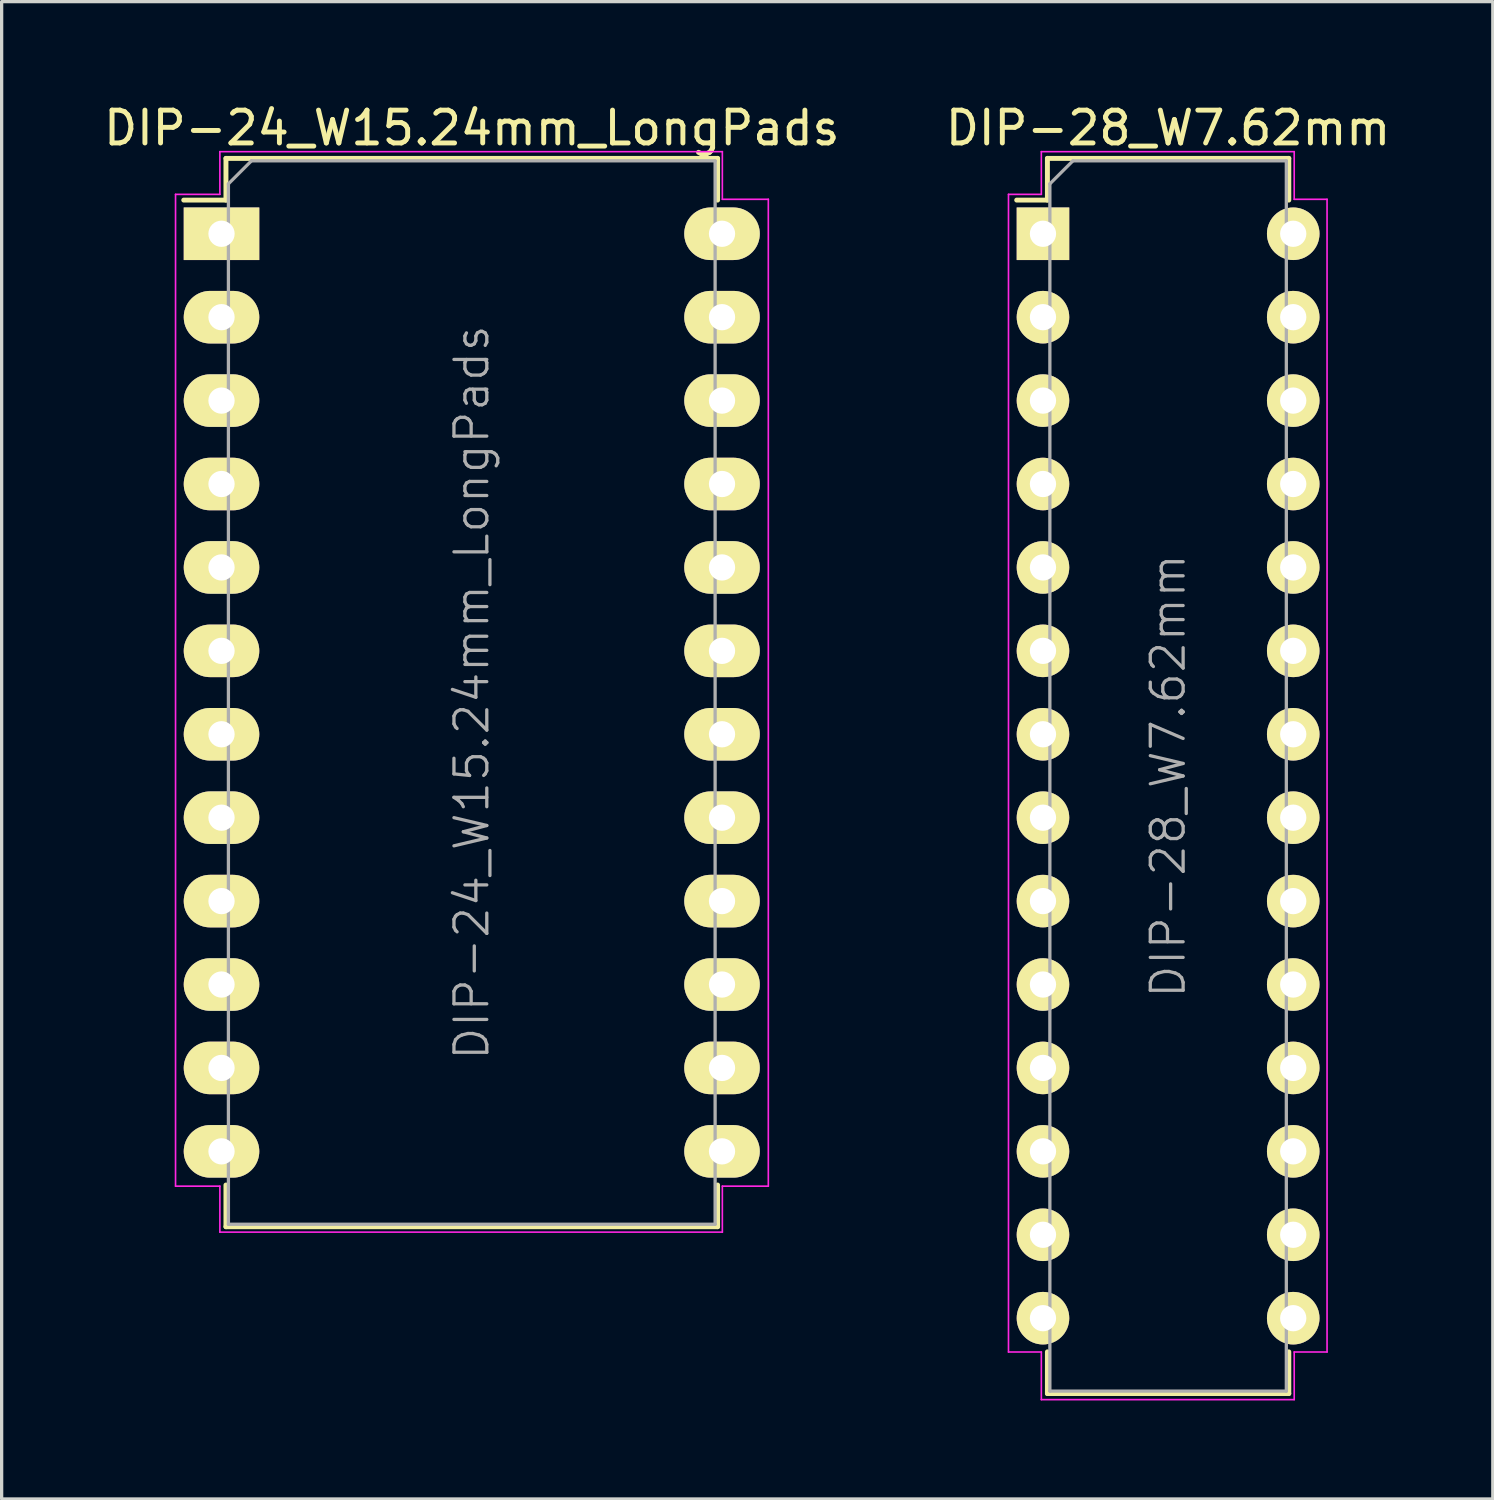
<source format=kicad_pcb>
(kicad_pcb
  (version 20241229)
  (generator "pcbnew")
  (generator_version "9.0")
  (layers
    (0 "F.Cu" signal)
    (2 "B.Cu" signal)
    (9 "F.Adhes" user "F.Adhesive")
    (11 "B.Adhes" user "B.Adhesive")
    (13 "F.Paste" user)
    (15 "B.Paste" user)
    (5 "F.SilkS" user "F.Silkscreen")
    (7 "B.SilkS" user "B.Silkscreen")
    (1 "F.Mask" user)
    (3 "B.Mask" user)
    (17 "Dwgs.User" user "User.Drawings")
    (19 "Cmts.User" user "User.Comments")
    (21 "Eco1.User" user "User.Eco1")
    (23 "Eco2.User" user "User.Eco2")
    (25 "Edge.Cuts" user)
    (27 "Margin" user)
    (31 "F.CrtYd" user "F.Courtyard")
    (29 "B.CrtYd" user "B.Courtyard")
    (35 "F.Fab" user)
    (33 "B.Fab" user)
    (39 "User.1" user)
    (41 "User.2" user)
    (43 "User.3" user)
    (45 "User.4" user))
  (footprint "DIP-24_W15.24mm_LongPads"
    (layer "F.Cu")
    (at 3.695 4.068)
    (property "Reference" "DIP-24_W15.24mm_LongPads" (at 7.62 -3.22 0) (layer "F.SilkS") (effects (font (size 1 1) (thickness 0.15))))
    (attr smd)
    (fp_line (start 0.135 -2.295) (end 0.135 -1.025) (stroke (width 0.15) (type solid)) (layer "F.SilkS"))
    (fp_line (start 0.135 -2.295) (end 15.105 -2.295) (stroke (width 0.15) (type solid)) (layer "F.SilkS"))
    (fp_line (start 0.135 -1.025) (end -1.15 -1.025) (stroke (width 0.15) (type solid)) (layer "F.SilkS"))
    (fp_line (start 0.135 30.235) (end 0.135 28.965) (stroke (width 0.15) (type solid)) (layer "F.SilkS"))
    (fp_line (start 0.135 30.235) (end 15.105 30.235) (stroke (width 0.15) (type solid)) (layer "F.SilkS"))
    (fp_line (start 15.105 -2.295) (end 15.105 -1.025) (stroke (width 0.15) (type solid)) (layer "F.SilkS"))
    (fp_line (start 15.105 30.235) (end 15.105 28.965) (stroke (width 0.15) (type solid)) (layer "F.SilkS"))
    (fp_line (start -1.4 -1.2) (end -1.4 29) (stroke (width 0.05) (type solid)) (layer "F.CrtYd"))
    (fp_line (start -1.4 -1.2) (end -0.05 -1.2) (stroke (width 0.05) (type solid)) (layer "F.CrtYd"))
    (fp_line (start -1.4 29) (end -0.05 29) (stroke (width 0.05) (type solid)) (layer "F.CrtYd"))
    (fp_line (start -0.05 -2.5) (end -0.05 -1.2) (stroke (width 0.05) (type solid)) (layer "F.CrtYd"))
    (fp_line (start -0.05 30.4) (end -0.05 29) (stroke (width 0.05) (type solid)) (layer "F.CrtYd"))
    (fp_line (start 15.25 -2.5) (end -0.05 -2.5) (stroke (width 0.05) (type solid)) (layer "F.CrtYd"))
    (fp_line (start 15.25 -2.5) (end 15.25 -1.05) (stroke (width 0.05) (type solid)) (layer "F.CrtYd"))
    (fp_line (start 15.25 30.4) (end -0.05 30.4) (stroke (width 0.05) (type solid)) (layer "F.CrtYd"))
    (fp_line (start 15.25 30.4) (end 15.25 29) (stroke (width 0.05) (type solid)) (layer "F.CrtYd"))
    (fp_line (start 16.65 -1.05) (end 15.25 -1.05) (stroke (width 0.05) (type solid)) (layer "F.CrtYd"))
    (fp_line (start 16.65 -1.05) (end 16.65 29) (stroke (width 0.05) (type solid)) (layer "F.CrtYd"))
    (fp_line (start 16.65 29) (end 15.25 29) (stroke (width 0.05) (type solid)) (layer "F.CrtYd"))
    (fp_line (start 0.21 -1.52) (end 0.91 -2.22) (stroke (width 0.1) (type solid)) (layer "F.Fab"))
    (fp_line (start 0.21 30.16) (end 0.21 -1.52) (stroke (width 0.1) (type solid)) (layer "F.Fab"))
    (fp_line (start 15.03 -2.22) (end 0.91 -2.22) (stroke (width 0.1) (type solid)) (layer "F.Fab"))
    (fp_line (start 15.03 30.16) (end 0.21 30.16) (stroke (width 0.1) (type solid)) (layer "F.Fab"))
    (fp_line (start 15.03 30.16) (end 15.03 -2.22) (stroke (width 0.1) (type solid)) (layer "F.Fab"))
    (fp_text user "${REFERENCE}" (at 7.62 13.97 90) (layer "F.Fab") (effects (font (size 1 1) (thickness 0.1))))
    (pad "1" thru_hole rect (at 0 0) (size 2.3 1.6) (drill 0.8) (layers "*.Cu" "*.Mask" "F.SilkS"))
    (pad "2" thru_hole oval (at 0 2.54) (size 2.3 1.6) (drill 0.8) (layers "*.Cu" "*.Mask" "F.SilkS"))
    (pad "3" thru_hole oval (at 0 5.08) (size 2.3 1.6) (drill 0.8) (layers "*.Cu" "*.Mask" "F.SilkS"))
    (pad "4" thru_hole oval (at 0 7.62) (size 2.3 1.6) (drill 0.8) (layers "*.Cu" "*.Mask" "F.SilkS"))
    (pad "5" thru_hole oval (at 0 10.16) (size 2.3 1.6) (drill 0.8) (layers "*.Cu" "*.Mask" "F.SilkS"))
    (pad "6" thru_hole oval (at 0 12.7) (size 2.3 1.6) (drill 0.8) (layers "*.Cu" "*.Mask" "F.SilkS"))
    (pad "7" thru_hole oval (at 0 15.24) (size 2.3 1.6) (drill 0.8) (layers "*.Cu" "*.Mask" "F.SilkS"))
    (pad "8" thru_hole oval (at 0 17.78) (size 2.3 1.6) (drill 0.8) (layers "*.Cu" "*.Mask" "F.SilkS"))
    (pad "9" thru_hole oval (at 0 20.32) (size 2.3 1.6) (drill 0.8) (layers "*.Cu" "*.Mask" "F.SilkS"))
    (pad "10" thru_hole oval (at 0 22.86) (size 2.3 1.6) (drill 0.8) (layers "*.Cu" "*.Mask" "F.SilkS"))
    (pad "11" thru_hole oval (at 0 25.4) (size 2.3 1.6) (drill 0.8) (layers "*.Cu" "*.Mask" "F.SilkS"))
    (pad "12" thru_hole oval (at 0 27.94) (size 2.3 1.6) (drill 0.8) (layers "*.Cu" "*.Mask" "F.SilkS"))
    (pad "13" thru_hole oval (at 15.24 27.94) (size 2.3 1.6) (drill 0.8) (layers "*.Cu" "*.Mask" "F.SilkS"))
    (pad "14" thru_hole oval (at 15.24 25.4) (size 2.3 1.6) (drill 0.8) (layers "*.Cu" "*.Mask" "F.SilkS"))
    (pad "15" thru_hole oval (at 15.24 22.86) (size 2.3 1.6) (drill 0.8) (layers "*.Cu" "*.Mask" "F.SilkS"))
    (pad "16" thru_hole oval (at 15.24 20.32) (size 2.3 1.6) (drill 0.8) (layers "*.Cu" "*.Mask" "F.SilkS"))
    (pad "17" thru_hole oval (at 15.24 17.78) (size 2.3 1.6) (drill 0.8) (layers "*.Cu" "*.Mask" "F.SilkS"))
    (pad "18" thru_hole oval (at 15.24 15.24) (size 2.3 1.6) (drill 0.8) (layers "*.Cu" "*.Mask" "F.SilkS"))
    (pad "19" thru_hole oval (at 15.24 12.7) (size 2.3 1.6) (drill 0.8) (layers "*.Cu" "*.Mask" "F.SilkS"))
    (pad "20" thru_hole oval (at 15.24 10.16) (size 2.3 1.6) (drill 0.8) (layers "*.Cu" "*.Mask" "F.SilkS"))
    (pad "21" thru_hole oval (at 15.24 7.62) (size 2.3 1.6) (drill 0.8) (layers "*.Cu" "*.Mask" "F.SilkS"))
    (pad "22" thru_hole oval (at 15.24 5.08) (size 2.3 1.6) (drill 0.8) (layers "*.Cu" "*.Mask" "F.SilkS"))
    (pad "23" thru_hole oval (at 15.24 2.54) (size 2.3 1.6) (drill 0.8) (layers "*.Cu" "*.Mask" "F.SilkS"))
    (pad "24" thru_hole oval (at 15.24 0) (size 2.3 1.6) (drill 0.8) (layers "*.Cu" "*.Mask" "F.SilkS")))
  (footprint "DIP-28_W7.62mm"
    (layer "F.Cu")
    (at 28.708 4.068)
    (property "Reference" "DIP-28_W7.62mm" (at 3.81 -3.22 0) (layer "F.SilkS") (effects (font (size 1 1) (thickness 0.15))))
    (attr smd)
    (fp_line (start 0.135 -2.295) (end 0.135 -1.025) (stroke (width 0.15) (type solid)) (layer "F.SilkS"))
    (fp_line (start 0.135 -2.295) (end 7.485 -2.295) (stroke (width 0.15) (type solid)) (layer "F.SilkS"))
    (fp_line (start 0.135 -1.025) (end -0.8 -1.025) (stroke (width 0.15) (type solid)) (layer "F.SilkS"))
    (fp_line (start 0.135 35.315) (end 0.135 34.045) (stroke (width 0.15) (type solid)) (layer "F.SilkS"))
    (fp_line (start 0.135 35.315) (end 7.485 35.315) (stroke (width 0.15) (type solid)) (layer "F.SilkS"))
    (fp_line (start 7.485 -2.295) (end 7.485 -1.025) (stroke (width 0.15) (type solid)) (layer "F.SilkS"))
    (fp_line (start 7.485 35.315) (end 7.485 34.045) (stroke (width 0.15) (type solid)) (layer "F.SilkS"))
    (fp_line (start -1.05 -1.2) (end -1.05 34.05) (stroke (width 0.05) (type solid)) (layer "F.CrtYd"))
    (fp_line (start -1.05 -1.2) (end -0.05 -1.2) (stroke (width 0.05) (type solid)) (layer "F.CrtYd"))
    (fp_line (start -1.05 34.05) (end -0.05 34.05) (stroke (width 0.05) (type solid)) (layer "F.CrtYd"))
    (fp_line (start -0.05 -2.5) (end -0.05 -1.2) (stroke (width 0.05) (type solid)) (layer "F.CrtYd"))
    (fp_line (start -0.05 35.5) (end -0.05 34.05) (stroke (width 0.05) (type solid)) (layer "F.CrtYd"))
    (fp_line (start 7.65 -2.5) (end -0.05 -2.5) (stroke (width 0.05) (type solid)) (layer "F.CrtYd"))
    (fp_line (start 7.65 -2.5) (end 7.65 -1.05) (stroke (width 0.05) (type solid)) (layer "F.CrtYd"))
    (fp_line (start 7.65 35.5) (end -0.05 35.5) (stroke (width 0.05) (type solid)) (layer "F.CrtYd"))
    (fp_line (start 7.65 35.5) (end 7.65 34.05) (stroke (width 0.05) (type solid)) (layer "F.CrtYd"))
    (fp_line (start 8.65 -1.05) (end 7.65 -1.05) (stroke (width 0.05) (type solid)) (layer "F.CrtYd"))
    (fp_line (start 8.65 -1.05) (end 8.65 34.05) (stroke (width 0.05) (type solid)) (layer "F.CrtYd"))
    (fp_line (start 8.65 34.05) (end 7.65 34.05) (stroke (width 0.05) (type solid)) (layer "F.CrtYd"))
    (fp_line (start 0.21 -1.52) (end 0.91 -2.22) (stroke (width 0.1) (type solid)) (layer "F.Fab"))
    (fp_line (start 0.21 35.24) (end 0.21 -1.52) (stroke (width 0.1) (type solid)) (layer "F.Fab"))
    (fp_line (start 7.41 -2.22) (end 0.91 -2.22) (stroke (width 0.1) (type solid)) (layer "F.Fab"))
    (fp_line (start 7.41 35.24) (end 0.21 35.24) (stroke (width 0.1) (type solid)) (layer "F.Fab"))
    (fp_line (start 7.41 35.24) (end 7.41 -2.22) (stroke (width 0.1) (type solid)) (layer "F.Fab"))
    (fp_text user "${REFERENCE}" (at 3.81 16.51 90) (layer "F.Fab") (effects (font (size 1 1) (thickness 0.1))))
    (pad "1" thru_hole rect (at 0 0) (size 1.6 1.6) (drill 0.8) (layers "*.Cu" "*.Mask" "F.SilkS"))
    (pad "2" thru_hole oval (at 0 2.54) (size 1.6 1.6) (drill 0.8) (layers "*.Cu" "*.Mask" "F.SilkS"))
    (pad "3" thru_hole oval (at 0 5.08) (size 1.6 1.6) (drill 0.8) (layers "*.Cu" "*.Mask" "F.SilkS"))
    (pad "4" thru_hole oval (at 0 7.62) (size 1.6 1.6) (drill 0.8) (layers "*.Cu" "*.Mask" "F.SilkS"))
    (pad "5" thru_hole oval (at 0 10.16) (size 1.6 1.6) (drill 0.8) (layers "*.Cu" "*.Mask" "F.SilkS"))
    (pad "6" thru_hole oval (at 0 12.7) (size 1.6 1.6) (drill 0.8) (layers "*.Cu" "*.Mask" "F.SilkS"))
    (pad "7" thru_hole oval (at 0 15.24) (size 1.6 1.6) (drill 0.8) (layers "*.Cu" "*.Mask" "F.SilkS"))
    (pad "8" thru_hole oval (at 0 17.78) (size 1.6 1.6) (drill 0.8) (layers "*.Cu" "*.Mask" "F.SilkS"))
    (pad "9" thru_hole oval (at 0 20.32) (size 1.6 1.6) (drill 0.8) (layers "*.Cu" "*.Mask" "F.SilkS"))
    (pad "10" thru_hole oval (at 0 22.86) (size 1.6 1.6) (drill 0.8) (layers "*.Cu" "*.Mask" "F.SilkS"))
    (pad "11" thru_hole oval (at 0 25.4) (size 1.6 1.6) (drill 0.8) (layers "*.Cu" "*.Mask" "F.SilkS"))
    (pad "12" thru_hole oval (at 0 27.94) (size 1.6 1.6) (drill 0.8) (layers "*.Cu" "*.Mask" "F.SilkS"))
    (pad "13" thru_hole oval (at 0 30.48) (size 1.6 1.6) (drill 0.8) (layers "*.Cu" "*.Mask" "F.SilkS"))
    (pad "14" thru_hole oval (at 0 33.02) (size 1.6 1.6) (drill 0.8) (layers "*.Cu" "*.Mask" "F.SilkS"))
    (pad "15" thru_hole oval (at 7.62 33.02) (size 1.6 1.6) (drill 0.8) (layers "*.Cu" "*.Mask" "F.SilkS"))
    (pad "16" thru_hole oval (at 7.62 30.48) (size 1.6 1.6) (drill 0.8) (layers "*.Cu" "*.Mask" "F.SilkS"))
    (pad "17" thru_hole oval (at 7.62 27.94) (size 1.6 1.6) (drill 0.8) (layers "*.Cu" "*.Mask" "F.SilkS"))
    (pad "18" thru_hole oval (at 7.62 25.4) (size 1.6 1.6) (drill 0.8) (layers "*.Cu" "*.Mask" "F.SilkS"))
    (pad "19" thru_hole oval (at 7.62 22.86) (size 1.6 1.6) (drill 0.8) (layers "*.Cu" "*.Mask" "F.SilkS"))
    (pad "20" thru_hole oval (at 7.62 20.32) (size 1.6 1.6) (drill 0.8) (layers "*.Cu" "*.Mask" "F.SilkS"))
    (pad "21" thru_hole oval (at 7.62 17.78) (size 1.6 1.6) (drill 0.8) (layers "*.Cu" "*.Mask" "F.SilkS"))
    (pad "22" thru_hole oval (at 7.62 15.24) (size 1.6 1.6) (drill 0.8) (layers "*.Cu" "*.Mask" "F.SilkS"))
    (pad "23" thru_hole oval (at 7.62 12.7) (size 1.6 1.6) (drill 0.8) (layers "*.Cu" "*.Mask" "F.SilkS"))
    (pad "24" thru_hole oval (at 7.62 10.16) (size 1.6 1.6) (drill 0.8) (layers "*.Cu" "*.Mask" "F.SilkS"))
    (pad "25" thru_hole oval (at 7.62 7.62) (size 1.6 1.6) (drill 0.8) (layers "*.Cu" "*.Mask" "F.SilkS"))
    (pad "26" thru_hole oval (at 7.62 5.08) (size 1.6 1.6) (drill 0.8) (layers "*.Cu" "*.Mask" "F.SilkS"))
    (pad "27" thru_hole oval (at 7.62 2.54) (size 1.6 1.6) (drill 0.8) (layers "*.Cu" "*.Mask" "F.SilkS"))
    (pad "28" thru_hole oval (at 7.62 0) (size 1.6 1.6) (drill 0.8) (layers "*.Cu" "*.Mask" "F.SilkS")))
  (gr_rect
    (start -3 -3)
    (end 42.405 42.593)
    (stroke (width 0.1) (type default))
    (fill no)
    (layer "Edge.Cuts")))
</source>
